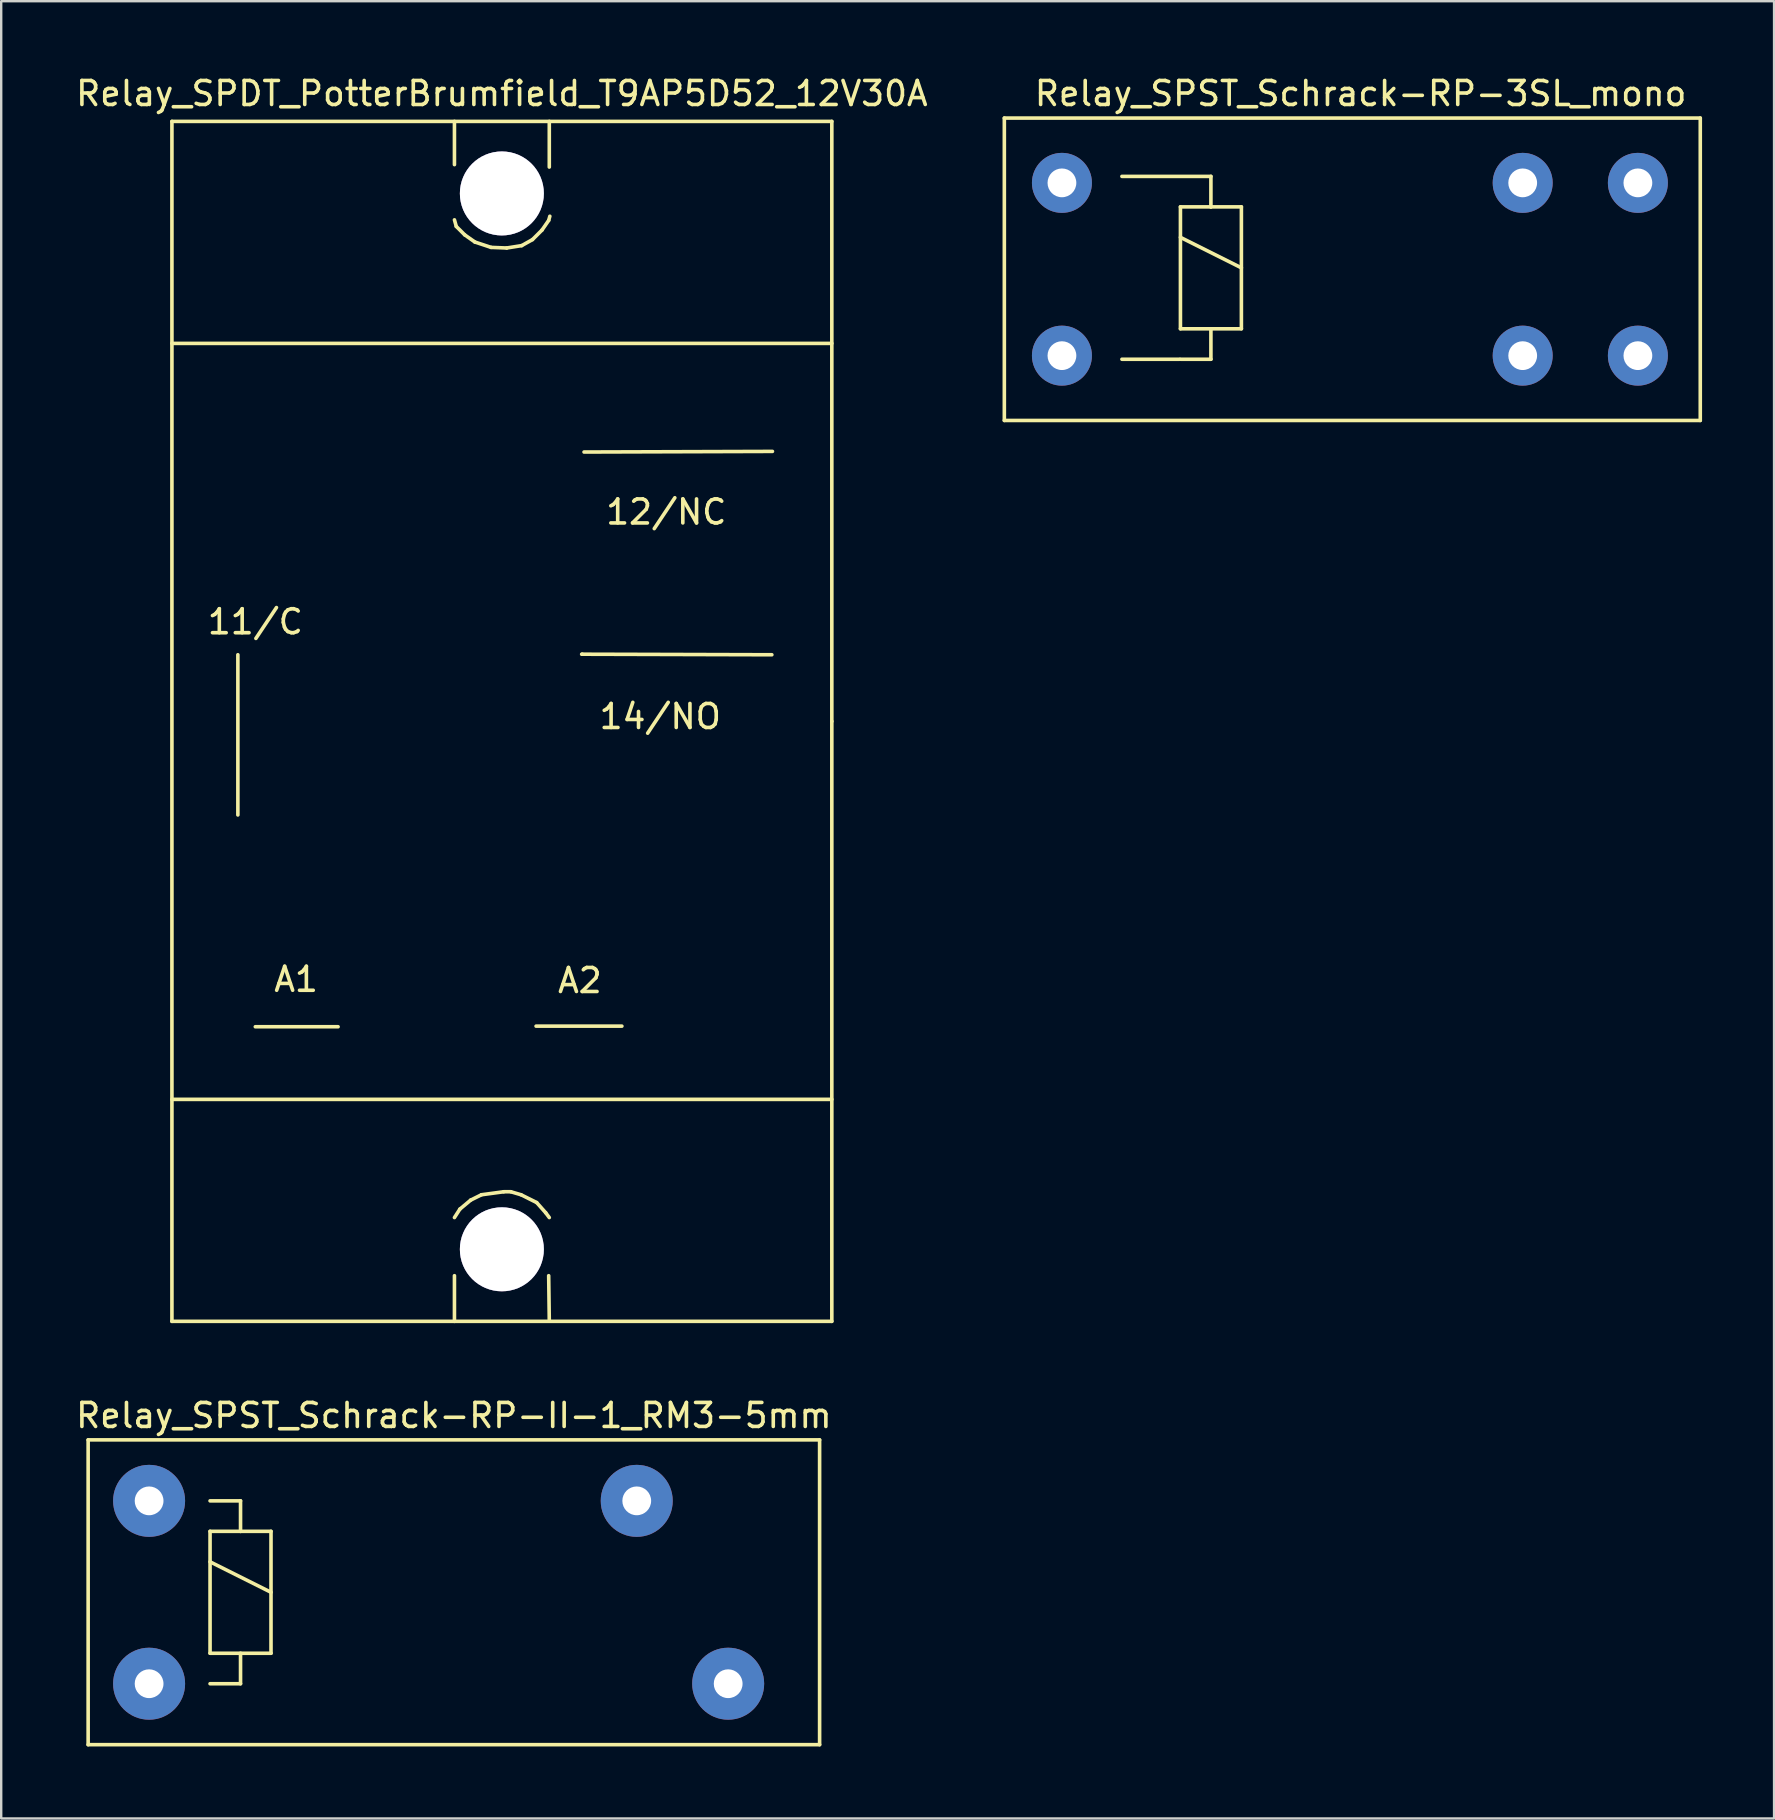
<source format=kicad_pcb>
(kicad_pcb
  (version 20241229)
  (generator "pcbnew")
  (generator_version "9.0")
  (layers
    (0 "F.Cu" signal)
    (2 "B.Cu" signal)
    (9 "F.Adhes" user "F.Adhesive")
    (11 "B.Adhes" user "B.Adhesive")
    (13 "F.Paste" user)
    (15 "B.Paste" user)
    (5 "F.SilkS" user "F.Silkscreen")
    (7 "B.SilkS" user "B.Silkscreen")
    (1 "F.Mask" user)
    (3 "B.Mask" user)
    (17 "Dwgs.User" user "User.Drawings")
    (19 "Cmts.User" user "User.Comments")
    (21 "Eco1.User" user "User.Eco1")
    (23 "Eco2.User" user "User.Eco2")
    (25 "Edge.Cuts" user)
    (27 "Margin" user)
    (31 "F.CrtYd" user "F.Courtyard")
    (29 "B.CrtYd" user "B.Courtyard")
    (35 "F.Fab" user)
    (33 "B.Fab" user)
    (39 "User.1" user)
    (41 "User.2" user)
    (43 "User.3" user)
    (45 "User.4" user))
  (footprint "Relay_SPST_Schrack-RP-3SL_mono"
    (layer "F.Cu")
    (at 41.201 11.77)
    (property "Reference" "Relay_SPST_Schrack-RP-3SL_mono" (at 12.446 -10.922 0) (layer "F.SilkS") (effects (font (size 1 1) (thickness 0.15))))
    (attr through_hole)
    (fp_line (start -2.4 -9.9) (end -2.4 2.7) (stroke (width 0.15) (type solid)) (layer "F.SilkS"))
    (fp_line (start -2.4 2.7) (end 26.6 2.7) (stroke (width 0.15) (type solid)) (layer "F.SilkS"))
    (fp_line (start 2.5 -7.47) (end 6.208 -7.47) (stroke (width 0.15) (type solid)) (layer "F.SilkS"))
    (fp_line (start 4.9 0.15) (end 2.5 0.15) (stroke (width 0.15) (type solid)) (layer "F.SilkS"))
    (fp_line (start 4.938 -6.2) (end 6.208 -6.2) (stroke (width 0.15) (type solid)) (layer "F.SilkS"))
    (fp_line (start 4.938 -4.93) (end 7.478 -3.66) (stroke (width 0.15) (type solid)) (layer "F.SilkS"))
    (fp_line (start 4.938 -1.12) (end 4.938 -6.2) (stroke (width 0.15) (type solid)) (layer "F.SilkS"))
    (fp_line (start 6.208 -7.47) (end 6.208 -6.2) (stroke (width 0.15) (type solid)) (layer "F.SilkS"))
    (fp_line (start 6.208 -6.2) (end 7.478 -6.2) (stroke (width 0.15) (type solid)) (layer "F.SilkS"))
    (fp_line (start 6.208 -1.12) (end 6.208 0.15) (stroke (width 0.15) (type solid)) (layer "F.SilkS"))
    (fp_line (start 6.208 0.15) (end 4.938 0.15) (stroke (width 0.15) (type solid)) (layer "F.SilkS"))
    (fp_line (start 7.478 -6.2) (end 7.478 -1.12) (stroke (width 0.15) (type solid)) (layer "F.SilkS"))
    (fp_line (start 7.478 -1.12) (end 4.938 -1.12) (stroke (width 0.15) (type solid)) (layer "F.SilkS"))
    (fp_line (start 26.6 -9.9) (end -2.4 -9.9) (stroke (width 0.15) (type solid)) (layer "F.SilkS"))
    (fp_line (start 26.6 2.7) (end 26.6 -9.9) (stroke (width 0.15) (type solid)) (layer "F.SilkS"))
    (pad "11" thru_hole circle (at 19.2 -7.2) (size 2.5 2.5) (drill 1.199) (layers "*.Cu" "*.Mask"))
    (pad "11" thru_hole circle (at 19.2 0) (size 2.5 2.5) (drill 1.199) (layers "*.Cu" "*.Mask"))
    (pad "14" thru_hole circle (at 24 -7.2) (size 2.5 2.5) (drill 1.199) (layers "*.Cu" "*.Mask"))
    (pad "14" thru_hole circle (at 24 0) (size 2.5 2.5) (drill 1.199) (layers "*.Cu" "*.Mask"))
    (pad "A1" thru_hole circle (at 0 0) (size 2.5 2.5) (drill 1.199) (layers "*.Cu" "*.Mask"))
    (pad "A2" thru_hole circle (at 0 -7.2) (size 2.5 2.5) (drill 1.199) (layers "*.Cu" "*.Mask")))
  (footprint "Relay_SPST_Schrack-RP-II-1_RM3-5mm"
    (layer "F.Cu")
    (at 3.163 67.111)
    (property "Reference" "Relay_SPST_Schrack-RP-II-1_RM3-5mm" (at 12.7 -11.176 0) (layer "F.SilkS") (effects (font (size 1 1) (thickness 0.15))))
    (attr through_hole)
    (fp_line (start -2.54 -10.16) (end 27.94 -10.16) (stroke (width 0.15) (type solid)) (layer "F.SilkS"))
    (fp_line (start -2.54 2.54) (end -2.54 -10.16) (stroke (width 0.15) (type solid)) (layer "F.SilkS"))
    (fp_line (start 2.54 -7.62) (end 3.81 -7.62) (stroke (width 0.15) (type solid)) (layer "F.SilkS"))
    (fp_line (start 2.54 -6.35) (end 3.81 -6.35) (stroke (width 0.15) (type solid)) (layer "F.SilkS"))
    (fp_line (start 2.54 -5.08) (end 5.08 -3.81) (stroke (width 0.15) (type solid)) (layer "F.SilkS"))
    (fp_line (start 2.54 -1.27) (end 2.54 -6.35) (stroke (width 0.15) (type solid)) (layer "F.SilkS"))
    (fp_line (start 3.81 -7.62) (end 3.81 -6.35) (stroke (width 0.15) (type solid)) (layer "F.SilkS"))
    (fp_line (start 3.81 -6.35) (end 5.08 -6.35) (stroke (width 0.15) (type solid)) (layer "F.SilkS"))
    (fp_line (start 3.81 -1.27) (end 3.81 0) (stroke (width 0.15) (type solid)) (layer "F.SilkS"))
    (fp_line (start 3.81 0) (end 2.54 0) (stroke (width 0.15) (type solid)) (layer "F.SilkS"))
    (fp_line (start 5.08 -6.35) (end 5.08 -1.27) (stroke (width 0.15) (type solid)) (layer "F.SilkS"))
    (fp_line (start 5.08 -1.27) (end 2.54 -1.27) (stroke (width 0.15) (type solid)) (layer "F.SilkS"))
    (fp_line (start 27.94 -10.16) (end 27.94 2.54) (stroke (width 0.15) (type solid)) (layer "F.SilkS"))
    (fp_line (start 27.94 2.54) (end -2.54 2.54) (stroke (width 0.15) (type solid)) (layer "F.SilkS"))
    (pad "13" thru_hole circle (at 20.32 -7.62) (size 3 3) (drill 1.199) (layers "*.Cu" "*.Mask"))
    (pad "14" thru_hole circle (at 24.13 0) (size 3 3) (drill 1.199) (layers "*.Cu" "*.Mask"))
    (pad "A1" thru_hole circle (at 0 -7.62) (size 3 3) (drill 1.199) (layers "*.Cu" "*.Mask"))
    (pad "A2" thru_hole circle (at 0 0) (size 3 3) (drill 1.199) (layers "*.Cu" "*.Mask")))
  (footprint "Relay_SPDT_PotterBrumfield_T9AP5D52_12V30A"
    (layer "F.Cu")
    (at 17.863 27.01)
    (property "Reference" "Relay_SPDT_PotterBrumfield_T9AP5D52_12V30A" (at 0 -26.162 0) (layer "F.SilkS") (effects (font (size 1 1) (thickness 0.15))))
    (attr through_hole)
    (fp_line (start -13.749 -25.001) (end -13.749 25.001) (stroke (width 0.15) (type solid)) (layer "F.SilkS"))
    (fp_line (start -13.749 -15.751) (end 13.749 -15.751) (stroke (width 0.15) (type solid)) (layer "F.SilkS"))
    (fp_line (start -13.749 25.001) (end 13.749 25.001) (stroke (width 0.15) (type solid)) (layer "F.SilkS"))
    (fp_line (start -11.001 -2.776) (end -11.001 3.899) (stroke (width 0.15) (type solid)) (layer "F.SilkS"))
    (fp_line (start -6.825 12.725) (end -10.274 12.725) (stroke (width 0.15) (type solid)) (layer "F.SilkS"))
    (fp_line (start -1.976 -23.2) (end -1.976 -25.001) (stroke (width 0.15) (type solid)) (layer "F.SilkS"))
    (fp_line (start -1.976 -20.899) (end -1.9 -20.625) (stroke (width 0.15) (type solid)) (layer "F.SilkS"))
    (fp_line (start -1.976 23.099) (end -1.976 25.001) (stroke (width 0.15) (type solid)) (layer "F.SilkS"))
    (fp_line (start -1.9 -20.625) (end -1.549 -20.274) (stroke (width 0.15) (type solid)) (layer "F.SilkS"))
    (fp_line (start -1.75 20.325) (end -1.976 20.676) (stroke (width 0.15) (type solid)) (layer "F.SilkS"))
    (fp_line (start -1.549 -20.274) (end -1.125 -19.975) (stroke (width 0.15) (type solid)) (layer "F.SilkS"))
    (fp_line (start -1.3 19.949) (end -1.75 20.325) (stroke (width 0.15) (type solid)) (layer "F.SilkS"))
    (fp_line (start -1.125 -19.975) (end -0.45 -19.751) (stroke (width 0.15) (type solid)) (layer "F.SilkS"))
    (fp_line (start -0.851 19.726) (end -1.3 19.949) (stroke (width 0.15) (type solid)) (layer "F.SilkS"))
    (fp_line (start -0.45 -19.751) (end 0.201 -19.726) (stroke (width 0.15) (type solid)) (layer "F.SilkS"))
    (fp_line (start 0.076 19.601) (end -0.851 19.726) (stroke (width 0.15) (type solid)) (layer "F.SilkS"))
    (fp_line (start 0.201 -19.726) (end 0.826 -19.825) (stroke (width 0.15) (type solid)) (layer "F.SilkS"))
    (fp_line (start 0.376 19.601) (end 0.076 19.601) (stroke (width 0.15) (type solid)) (layer "F.SilkS"))
    (fp_line (start 0.8 19.726) (end 0.376 19.601) (stroke (width 0.15) (type solid)) (layer "F.SilkS"))
    (fp_line (start 0.826 -19.825) (end 1.275 -20.076) (stroke (width 0.15) (type solid)) (layer "F.SilkS"))
    (fp_line (start 1.275 -20.076) (end 1.674 -20.475) (stroke (width 0.15) (type solid)) (layer "F.SilkS"))
    (fp_line (start 1.425 12.7) (end 5.001 12.7) (stroke (width 0.15) (type solid)) (layer "F.SilkS"))
    (fp_line (start 1.45 20.051) (end 0.8 19.726) (stroke (width 0.15) (type solid)) (layer "F.SilkS"))
    (fp_line (start 1.674 -20.475) (end 1.951 -20.876) (stroke (width 0.15) (type solid)) (layer "F.SilkS"))
    (fp_line (start 1.826 20.475) (end 1.45 20.051) (stroke (width 0.15) (type solid)) (layer "F.SilkS"))
    (fp_line (start 1.951 -20.876) (end 1.999 -21.049) (stroke (width 0.15) (type solid)) (layer "F.SilkS"))
    (fp_line (start 1.951 23.099) (end 1.976 24.976) (stroke (width 0.15) (type solid)) (layer "F.SilkS"))
    (fp_line (start 1.976 -23.099) (end 1.976 -25.001) (stroke (width 0.15) (type solid)) (layer "F.SilkS"))
    (fp_line (start 1.976 20.676) (end 1.826 20.475) (stroke (width 0.15) (type solid)) (layer "F.SilkS"))
    (fp_line (start 3.35 -2.799) (end 3.325 -2.799) (stroke (width 0.15) (type solid)) (layer "F.SilkS"))
    (fp_line (start 11.25 -2.776) (end 3.35 -2.799) (stroke (width 0.15) (type solid)) (layer "F.SilkS"))
    (fp_line (start 11.275 -11.25) (end 3.424 -11.224) (stroke (width 0.15) (type solid)) (layer "F.SilkS"))
    (fp_line (start 13.749 -25.001) (end -13.749 -25.001) (stroke (width 0.15) (type solid)) (layer "F.SilkS"))
    (fp_line (start 13.749 0) (end 13.749 -25.001) (stroke (width 0.15) (type solid)) (layer "F.SilkS"))
    (fp_line (start 13.749 15.751) (end -13.749 15.751) (stroke (width 0.15) (type solid)) (layer "F.SilkS"))
    (fp_line (start 13.749 25.001) (end 13.749 0) (stroke (width 0.15) (type solid)) (layer "F.SilkS"))
    (fp_text user "11/C" (at -10.274 -4.15 0) (layer "F.SilkS") (effects (font (size 1 1) (thickness 0.15))))
    (fp_text user "A1" (at -8.575 10.749 0) (layer "F.SilkS") (effects (font (size 1 1) (thickness 0.15))))
    (fp_text user "12/NC" (at 6.85 -8.725 0) (layer "F.SilkS") (effects (font (size 1 1) (thickness 0.15))))
    (fp_text user "A2" (at 3.251 10.8 0) (layer "F.SilkS") (effects (font (size 1 1) (thickness 0.15))))
    (fp_text user "14/NO" (at 6.599 -0.201 0) (layer "F.SilkS") (effects (font (size 1 1) (thickness 0.15))))
    (pad "1" thru_hole circle (at 0 -21.999) (size 3.5 3.5) (drill 3.5) (layers "*.Cu" "*.Mask"))
    (pad "2" thru_hole circle (at 0 21.999) (size 3.5 3.5) (drill 3.5) (layers "*.Cu" "*.Mask")))
  (gr_rect
    (start -3 -3)
    (end 70.876 72.726)
    (stroke (width 0.1) (type default))
    (fill no)
    (layer "Edge.Cuts")))
</source>
